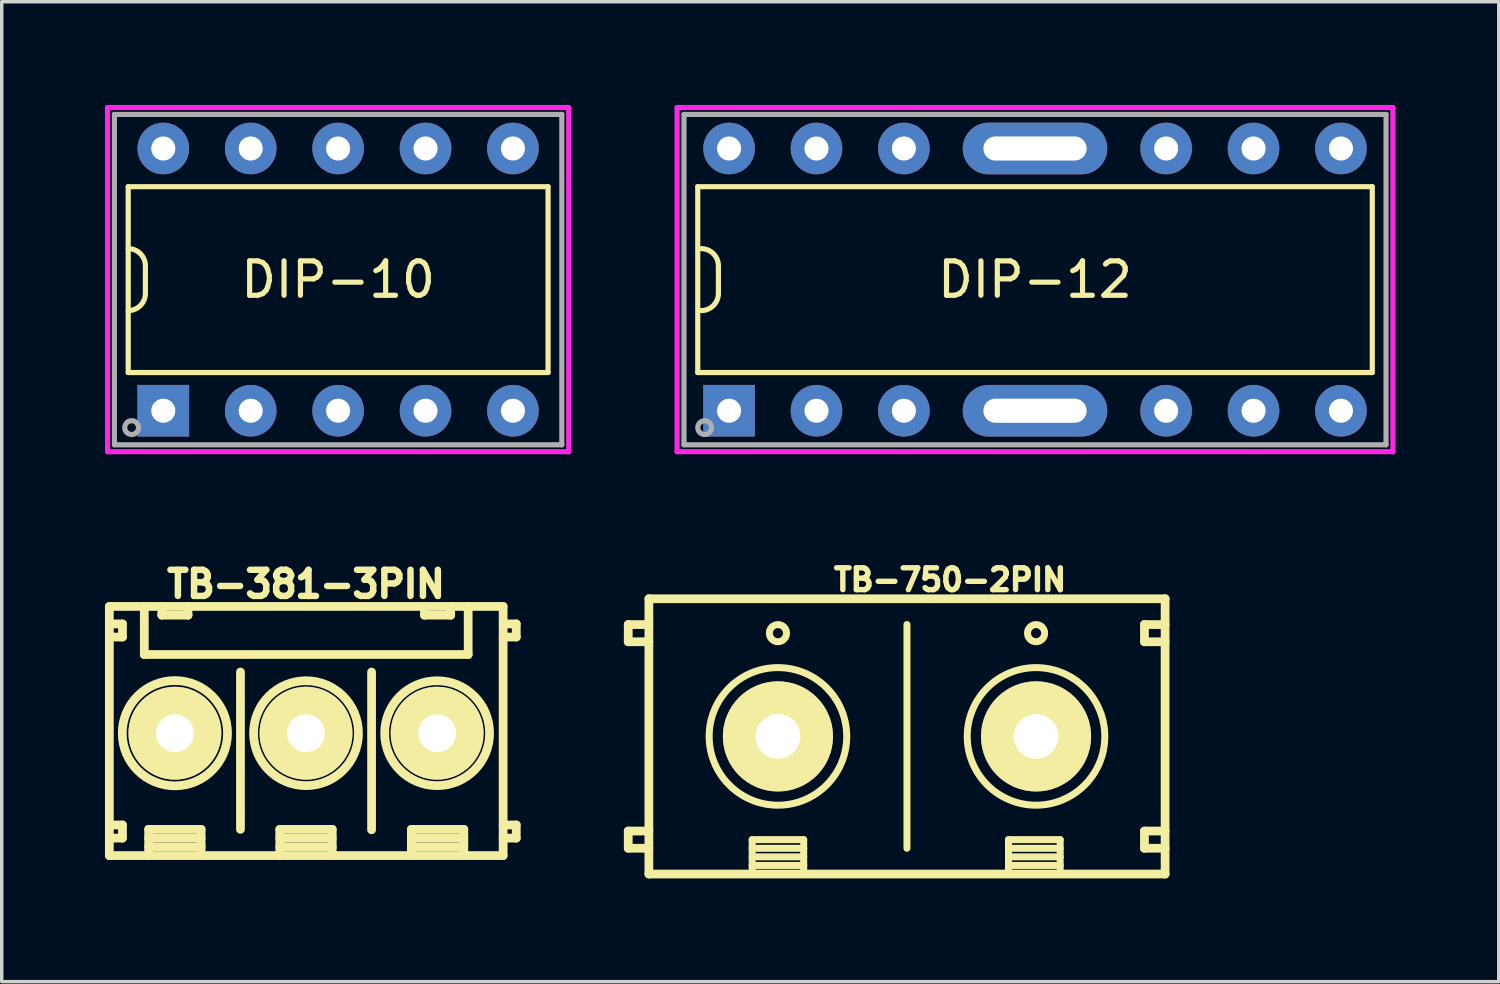
<source format=kicad_pcb>
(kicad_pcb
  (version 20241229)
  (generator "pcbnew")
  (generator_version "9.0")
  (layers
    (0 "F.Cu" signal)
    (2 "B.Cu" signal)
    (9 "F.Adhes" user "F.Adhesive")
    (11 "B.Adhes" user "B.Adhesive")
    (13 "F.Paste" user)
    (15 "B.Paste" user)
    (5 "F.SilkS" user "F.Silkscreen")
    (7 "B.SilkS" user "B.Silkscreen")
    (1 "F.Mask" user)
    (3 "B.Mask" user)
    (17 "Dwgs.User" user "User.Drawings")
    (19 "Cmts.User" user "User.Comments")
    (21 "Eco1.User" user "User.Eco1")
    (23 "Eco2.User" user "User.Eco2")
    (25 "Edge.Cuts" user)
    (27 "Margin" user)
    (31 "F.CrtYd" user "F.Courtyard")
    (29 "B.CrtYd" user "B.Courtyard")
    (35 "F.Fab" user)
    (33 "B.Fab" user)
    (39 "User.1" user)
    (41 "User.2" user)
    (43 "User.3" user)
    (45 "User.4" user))
  (footprint "DIP-12"
    (layer "F.Cu")
    (at 27.025 5.075)
    (property "Reference" "DIP-12" (at 0 0 0) (layer "F.SilkS") (effects (font (size 1 1) (thickness 0.15))))
    (attr through_hole)
    (fp_line (start -9.8 -2.7) (end 9.8 -2.7) (stroke (width 0.15) (type solid)) (layer "F.SilkS"))
    (fp_line (start -9.8 2.7) (end -9.8 -2.7) (stroke (width 0.15) (type solid)) (layer "F.SilkS"))
    (fp_line (start -9.2 -0.4) (end -9.2 0.4) (stroke (width 0.15) (type solid)) (layer "F.SilkS"))
    (fp_line (start 9.8 -2.7) (end 9.8 2.7) (stroke (width 0.15) (type solid)) (layer "F.SilkS"))
    (fp_line (start 9.8 2.7) (end -9.8 2.7) (stroke (width 0.15) (type solid)) (layer "F.SilkS"))
    (fp_arc (start -9.7 -0.9) (mid -9.346447 -0.753553) (end -9.2 -0.4) (stroke (width 0.15) (type solid)) (layer "F.SilkS"))
    (fp_arc (start -9.2 0.4) (mid -9.346447 0.753553) (end -9.7 0.9) (stroke (width 0.15) (type solid)) (layer "F.SilkS"))
    (fp_line (start -10.4 -5) (end 10.4 -5) (stroke (width 0.15) (type solid)) (layer "F.CrtYd"))
    (fp_line (start -10.4 5) (end -10.4 -5) (stroke (width 0.15) (type solid)) (layer "F.CrtYd"))
    (fp_line (start 10.4 -5) (end 10.4 5) (stroke (width 0.15) (type solid)) (layer "F.CrtYd"))
    (fp_line (start 10.4 5) (end -10.4 5) (stroke (width 0.15) (type solid)) (layer "F.CrtYd"))
    (fp_line (start -10.2 -4.8) (end 10.2 -4.8) (stroke (width 0.15) (type solid)) (layer "F.Fab"))
    (fp_line (start -10.2 4.8) (end -10.2 -4.8) (stroke (width 0.15) (type solid)) (layer "F.Fab"))
    (fp_line (start 10.2 -4.8) (end 10.2 4.8) (stroke (width 0.15) (type solid)) (layer "F.Fab"))
    (fp_line (start 10.2 4.8) (end -10.2 4.8) (stroke (width 0.15) (type solid)) (layer "F.Fab"))
    (fp_circle (center -9.6 4.3) (end -9.4 4.3) (stroke (width 0.15) (type solid)) (fill no) (layer "F.Fab"))
    (pad "1" thru_hole rect (at -8.89 3.81) (size 1.5 1.5) (drill 0.7) (layers "*.Cu" "*.Mask"))
    (pad "2" thru_hole circle (at -6.35 3.81) (size 1.5 1.5) (drill 0.7) (layers "*.Cu" "*.Mask"))
    (pad "3" thru_hole circle (at -3.81 3.81) (size 1.5 1.5) (drill 0.7) (layers "*.Cu" "*.Mask"))
    (pad "4" thru_hole circle (at 3.81 3.81) (size 1.5 1.5) (drill 0.7) (layers "*.Cu" "*.Mask"))
    (pad "5" thru_hole circle (at 6.35 3.81) (size 1.5 1.5) (drill 0.7) (layers "*.Cu" "*.Mask"))
    (pad "6" thru_hole circle (at 8.89 3.81) (size 1.5 1.5) (drill 0.7) (layers "*.Cu" "*.Mask"))
    (pad "7" thru_hole circle (at 8.89 -3.81) (size 1.5 1.5) (drill 0.7) (layers "*.Cu" "*.Mask"))
    (pad "8" thru_hole circle (at 6.35 -3.81) (size 1.5 1.5) (drill 0.7) (layers "*.Cu" "*.Mask"))
    (pad "9" thru_hole circle (at 3.81 -3.81) (size 1.5 1.5) (drill 0.7) (layers "*.Cu" "*.Mask"))
    (pad "10" thru_hole circle (at -3.81 -3.81) (size 1.5 1.5) (drill 0.7) (layers "*.Cu" "*.Mask"))
    (pad "11" thru_hole circle (at -6.35 -3.81) (size 1.5 1.5) (drill 0.7) (layers "*.Cu" "*.Mask"))
    (pad "12" thru_hole circle (at -8.89 -3.81) (size 1.5 1.5) (drill 0.7) (layers "*.Cu" "*.Mask"))
    (pad "TP" thru_hole oval (at 0 -3.81) (size 4.2 1.5) (drill oval 3 0.7) (layers "*.Cu" "*.Mask"))
    (pad "TP" thru_hole oval (at 0 3.81) (size 4.2 1.5) (drill oval 3 0.7) (layers "*.Cu" "*.Mask")))
  (footprint "DIP-10"
    (layer "F.Cu")
    (at 6.775 5.075)
    (property "Reference" "DIP-10" (at 0 0 0) (layer "F.SilkS") (effects (font (size 1 1) (thickness 0.15))))
    (attr through_hole)
    (fp_line (start -6.1 -2.7) (end 6.1 -2.7) (stroke (width 0.15) (type solid)) (layer "F.SilkS"))
    (fp_line (start -6.1 2.7) (end -6.1 -2.7) (stroke (width 0.15) (type solid)) (layer "F.SilkS"))
    (fp_line (start -5.6 -0.4) (end -5.6 0.4) (stroke (width 0.15) (type solid)) (layer "F.SilkS"))
    (fp_line (start 6.1 -2.7) (end 6.1 2.7) (stroke (width 0.15) (type solid)) (layer "F.SilkS"))
    (fp_line (start 6.1 2.7) (end -6.1 2.7) (stroke (width 0.15) (type solid)) (layer "F.SilkS"))
    (fp_arc (start -6.1 -0.9) (mid -5.746447 -0.753553) (end -5.6 -0.4) (stroke (width 0.15) (type solid)) (layer "F.SilkS"))
    (fp_arc (start -5.6 0.4) (mid -5.746447 0.753553) (end -6.1 0.9) (stroke (width 0.15) (type solid)) (layer "F.SilkS"))
    (fp_line (start -6.7 -5) (end 6.7 -5) (stroke (width 0.15) (type solid)) (layer "F.CrtYd"))
    (fp_line (start -6.7 5) (end -6.7 -5) (stroke (width 0.15) (type solid)) (layer "F.CrtYd"))
    (fp_line (start 6.7 -5) (end 6.7 5) (stroke (width 0.15) (type solid)) (layer "F.CrtYd"))
    (fp_line (start 6.7 5) (end -6.7 5) (stroke (width 0.15) (type solid)) (layer "F.CrtYd"))
    (fp_line (start -6.5 -4.8) (end 6.5 -4.8) (stroke (width 0.15) (type solid)) (layer "F.Fab"))
    (fp_line (start -6.5 4.8) (end -6.5 -4.8) (stroke (width 0.15) (type solid)) (layer "F.Fab"))
    (fp_line (start 6.5 -4.8) (end 6.5 4.8) (stroke (width 0.15) (type solid)) (layer "F.Fab"))
    (fp_line (start 6.5 4.8) (end -6.5 4.8) (stroke (width 0.15) (type solid)) (layer "F.Fab"))
    (fp_circle (center -6 4.3) (end -5.8 4.3) (stroke (width 0.15) (type solid)) (fill no) (layer "F.Fab"))
    (pad "1" thru_hole rect (at -5.08 3.81) (size 1.5 1.5) (drill 0.7) (layers "*.Cu" "*.Mask"))
    (pad "2" thru_hole circle (at -2.54 3.81) (size 1.5 1.5) (drill 0.7) (layers "*.Cu" "*.Mask"))
    (pad "3" thru_hole circle (at 0 3.81) (size 1.5 1.5) (drill 0.7) (layers "*.Cu" "*.Mask"))
    (pad "4" thru_hole circle (at 2.54 3.81) (size 1.5 1.5) (drill 0.7) (layers "*.Cu" "*.Mask"))
    (pad "5" thru_hole circle (at 5.08 3.81) (size 1.5 1.5) (drill 0.7) (layers "*.Cu" "*.Mask"))
    (pad "6" thru_hole circle (at 5.08 -3.81) (size 1.5 1.5) (drill 0.7) (layers "*.Cu" "*.Mask"))
    (pad "7" thru_hole circle (at 2.54 -3.81) (size 1.5 1.5) (drill 0.7) (layers "*.Cu" "*.Mask"))
    (pad "8" thru_hole circle (at 0 -3.81) (size 1.5 1.5) (drill 0.7) (layers "*.Cu" "*.Mask"))
    (pad "9" thru_hole circle (at -2.54 -3.81) (size 1.5 1.5) (drill 0.7) (layers "*.Cu" "*.Mask"))
    (pad "10" thru_hole circle (at -5.08 -3.81) (size 1.5 1.5) (drill 0.7) (layers "*.Cu" "*.Mask")))
  (footprint "TB-750-2PIN"
    (layer "F.Cu")
    (at 19.555 18.348)
    (property "Reference" "TB-750-2PIN" (at 5 -4.55 0) (layer "F.SilkS") (effects (font (size 0.635 0.635) (thickness 0.157))))
    (attr through_hole)
    (fp_line (start -4.35 -3.25) (end -4.35 -2.75) (stroke (width 0.254) (type solid)) (layer "F.SilkS"))
    (fp_line (start -4.35 -3.25) (end -3.75 -3.25) (stroke (width 0.254) (type solid)) (layer "F.SilkS"))
    (fp_line (start -4.35 2.75) (end -4.35 3.25) (stroke (width 0.254) (type solid)) (layer "F.SilkS"))
    (fp_line (start -4.35 2.75) (end -3.75 2.75) (stroke (width 0.254) (type solid)) (layer "F.SilkS"))
    (fp_line (start -3.75 -4) (end -3.75 4) (stroke (width 0.254) (type solid)) (layer "F.SilkS"))
    (fp_line (start -3.75 -4) (end 11.25 -4) (stroke (width 0.254) (type solid)) (layer "F.SilkS"))
    (fp_line (start -3.75 -2.75) (end -4.35 -2.75) (stroke (width 0.254) (type solid)) (layer "F.SilkS"))
    (fp_line (start -3.75 3.25) (end -4.35 3.25) (stroke (width 0.254) (type solid)) (layer "F.SilkS"))
    (fp_line (start -0.749 3) (end 0.749 3) (stroke (width 0.203) (type solid)) (layer "F.SilkS"))
    (fp_line (start -0.749 3.251) (end 0.749 3.251) (stroke (width 0.203) (type solid)) (layer "F.SilkS"))
    (fp_line (start -0.749 3.5) (end 0.749 3.5) (stroke (width 0.203) (type solid)) (layer "F.SilkS"))
    (fp_line (start -0.749 3.749) (end 0.749 3.749) (stroke (width 0.203) (type solid)) (layer "F.SilkS"))
    (fp_line (start -0.749 4) (end -0.749 3) (stroke (width 0.203) (type solid)) (layer "F.SilkS"))
    (fp_line (start 0.749 4) (end 0.749 3) (stroke (width 0.203) (type solid)) (layer "F.SilkS"))
    (fp_line (start 3.749 3.251) (end 3.749 -3.251) (stroke (width 0.203) (type solid)) (layer "F.SilkS"))
    (fp_line (start 6.699 3) (end 6.699 4) (stroke (width 0.203) (type solid)) (layer "F.SilkS"))
    (fp_line (start 6.699 3) (end 8.201 3) (stroke (width 0.203) (type solid)) (layer "F.SilkS"))
    (fp_line (start 6.699 3.251) (end 8.201 3.251) (stroke (width 0.203) (type solid)) (layer "F.SilkS"))
    (fp_line (start 6.699 3.5) (end 8.201 3.5) (stroke (width 0.203) (type solid)) (layer "F.SilkS"))
    (fp_line (start 6.699 3.749) (end 8.201 3.749) (stroke (width 0.203) (type solid)) (layer "F.SilkS"))
    (fp_line (start 8.201 3) (end 8.201 4) (stroke (width 0.203) (type solid)) (layer "F.SilkS"))
    (fp_line (start 10.65 -3.25) (end 10.65 -2.75) (stroke (width 0.254) (type solid)) (layer "F.SilkS"))
    (fp_line (start 10.65 -3.25) (end 11.25 -3.25) (stroke (width 0.254) (type solid)) (layer "F.SilkS"))
    (fp_line (start 10.65 2.75) (end 10.65 3.25) (stroke (width 0.254) (type solid)) (layer "F.SilkS"))
    (fp_line (start 10.65 2.75) (end 11.25 2.75) (stroke (width 0.254) (type solid)) (layer "F.SilkS"))
    (fp_line (start 11.25 -2.75) (end 10.65 -2.75) (stroke (width 0.254) (type solid)) (layer "F.SilkS"))
    (fp_line (start 11.25 3.25) (end 10.65 3.25) (stroke (width 0.254) (type solid)) (layer "F.SilkS"))
    (fp_line (start 11.25 4) (end -3.75 4) (stroke (width 0.254) (type solid)) (layer "F.SilkS"))
    (fp_line (start 11.25 4) (end 11.25 -4) (stroke (width 0.254) (type solid)) (layer "F.SilkS"))
    (fp_circle (center 0 -3) (end 0.249 -3) (stroke (width 0.203) (type solid)) (fill no) (layer "F.SilkS"))
    (fp_circle (center 0 0) (end 1.999 0) (stroke (width 0.203) (type solid)) (fill no) (layer "F.SilkS"))
    (fp_circle (center 7.499 0) (end 5.5 0) (stroke (width 0.203) (type solid)) (fill no) (layer "F.SilkS"))
    (fp_circle (center 7.501 -3) (end 7.75 -3) (stroke (width 0.203) (type solid)) (fill no) (layer "F.SilkS"))
    (pad "1" thru_hole circle (at 0 0) (size 3.2 3.2) (drill 1.3) (layers "*.Cu" "*.Mask" "F.SilkS"))
    (pad "2" thru_hole circle (at 7.5 0) (size 3.2 3.2) (drill 1.3) (layers "*.Cu" "*.Mask" "F.SilkS")))
  (footprint "TB-381-3PIN"
    (layer "F.Cu")
    (at 5.842 18.255)
    (property "Reference" "TB-381-3PIN" (at 0 -4.331 0) (layer "F.SilkS") (effects (font (size 0.759 0.759) (thickness 0.188))))
    (attr through_hole)
    (fp_line (start -5.715 -3.683) (end 5.728 -3.683) (stroke (width 0.254) (type solid)) (layer "F.SilkS"))
    (fp_line (start -5.715 -3.175) (end -5.334 -3.175) (stroke (width 0.254) (type solid)) (layer "F.SilkS"))
    (fp_line (start -5.715 2.667) (end -5.334 2.667) (stroke (width 0.254) (type solid)) (layer "F.SilkS"))
    (fp_line (start -5.715 3.556) (end -5.715 -3.683) (stroke (width 0.254) (type solid)) (layer "F.SilkS"))
    (fp_line (start -5.334 -3.175) (end -5.334 -2.794) (stroke (width 0.254) (type solid)) (layer "F.SilkS"))
    (fp_line (start -5.334 -2.794) (end -5.715 -2.794) (stroke (width 0.254) (type solid)) (layer "F.SilkS"))
    (fp_line (start -5.334 2.667) (end -5.334 3.048) (stroke (width 0.254) (type solid)) (layer "F.SilkS"))
    (fp_line (start -5.334 3.048) (end -5.715 3.048) (stroke (width 0.254) (type solid)) (layer "F.SilkS"))
    (fp_line (start -4.699 -3.683) (end -4.699 -2.286) (stroke (width 0.254) (type solid)) (layer "F.SilkS"))
    (fp_line (start -4.699 -2.286) (end 4.712 -2.286) (stroke (width 0.254) (type solid)) (layer "F.SilkS"))
    (fp_line (start -4.572 2.794) (end -3.048 2.794) (stroke (width 0.254) (type solid)) (layer "F.SilkS"))
    (fp_line (start -4.572 3.048) (end -3.048 3.048) (stroke (width 0.254) (type solid)) (layer "F.SilkS"))
    (fp_line (start -4.572 3.302) (end -3.048 3.302) (stroke (width 0.254) (type solid)) (layer "F.SilkS"))
    (fp_line (start -4.572 3.556) (end -4.572 2.794) (stroke (width 0.254) (type solid)) (layer "F.SilkS"))
    (fp_line (start -4.191 -3.429) (end -4.191 -3.683) (stroke (width 0.254) (type solid)) (layer "F.SilkS"))
    (fp_line (start -4.191 -3.429) (end -3.429 -3.429) (stroke (width 0.254) (type solid)) (layer "F.SilkS"))
    (fp_line (start -3.429 -3.429) (end -3.429 -3.683) (stroke (width 0.254) (type solid)) (layer "F.SilkS"))
    (fp_line (start -3.048 2.794) (end -3.048 3.556) (stroke (width 0.254) (type solid)) (layer "F.SilkS"))
    (fp_line (start -1.905 2.794) (end -1.905 -1.778) (stroke (width 0.254) (type solid)) (layer "F.SilkS"))
    (fp_line (start -0.762 2.794) (end 0.762 2.794) (stroke (width 0.254) (type solid)) (layer "F.SilkS"))
    (fp_line (start -0.762 3.048) (end 0.762 3.048) (stroke (width 0.254) (type solid)) (layer "F.SilkS"))
    (fp_line (start -0.762 3.302) (end 0.762 3.302) (stroke (width 0.254) (type solid)) (layer "F.SilkS"))
    (fp_line (start -0.762 3.556) (end -0.762 2.794) (stroke (width 0.254) (type solid)) (layer "F.SilkS"))
    (fp_line (start 0.762 2.794) (end 0.762 3.556) (stroke (width 0.254) (type solid)) (layer "F.SilkS"))
    (fp_line (start 1.905 -1.778) (end 1.905 2.807) (stroke (width 0.254) (type solid)) (layer "F.SilkS"))
    (fp_line (start 3.061 2.794) (end 4.585 2.794) (stroke (width 0.254) (type solid)) (layer "F.SilkS"))
    (fp_line (start 3.061 3.048) (end 4.585 3.048) (stroke (width 0.254) (type solid)) (layer "F.SilkS"))
    (fp_line (start 3.061 3.302) (end 4.585 3.302) (stroke (width 0.254) (type solid)) (layer "F.SilkS"))
    (fp_line (start 3.061 3.556) (end 3.061 2.794) (stroke (width 0.254) (type solid)) (layer "F.SilkS"))
    (fp_line (start 3.442 -3.429) (end 3.442 -3.683) (stroke (width 0.254) (type solid)) (layer "F.SilkS"))
    (fp_line (start 4.204 -3.429) (end 3.442 -3.429) (stroke (width 0.254) (type solid)) (layer "F.SilkS"))
    (fp_line (start 4.204 -3.429) (end 4.204 -3.683) (stroke (width 0.254) (type solid)) (layer "F.SilkS"))
    (fp_line (start 4.585 2.794) (end 4.585 3.556) (stroke (width 0.254) (type solid)) (layer "F.SilkS"))
    (fp_line (start 4.712 -2.286) (end 4.712 -3.683) (stroke (width 0.254) (type solid)) (layer "F.SilkS"))
    (fp_line (start 5.728 -3.683) (end 5.728 3.556) (stroke (width 0.254) (type solid)) (layer "F.SilkS"))
    (fp_line (start 5.728 -2.794) (end 6.109 -2.794) (stroke (width 0.254) (type solid)) (layer "F.SilkS"))
    (fp_line (start 5.728 2.667) (end 6.109 2.667) (stroke (width 0.254) (type solid)) (layer "F.SilkS"))
    (fp_line (start 5.728 3.556) (end -5.715 3.556) (stroke (width 0.254) (type solid)) (layer "F.SilkS"))
    (fp_line (start 6.109 -3.175) (end 5.728 -3.175) (stroke (width 0.254) (type solid)) (layer "F.SilkS"))
    (fp_line (start 6.109 -2.794) (end 6.109 -3.175) (stroke (width 0.254) (type solid)) (layer "F.SilkS"))
    (fp_line (start 6.109 2.667) (end 6.109 3.048) (stroke (width 0.254) (type solid)) (layer "F.SilkS"))
    (fp_line (start 6.109 3.048) (end 5.728 3.048) (stroke (width 0.254) (type solid)) (layer "F.SilkS"))
    (fp_circle (center -3.81 0) (end -2.286 -0.127) (stroke (width 0.254) (type solid)) (fill no) (layer "F.SilkS"))
    (fp_circle (center 0 0) (end -1.524 0) (stroke (width 0.254) (type solid)) (fill no) (layer "F.SilkS"))
    (fp_circle (center 3.81 0) (end 2.286 0) (stroke (width 0.254) (type solid)) (fill no) (layer "F.SilkS"))
    (pad "1" thru_hole circle (at -3.81 0) (size 2.7 2.7) (drill 1.1) (layers "*.Cu" "*.Mask" "F.SilkS"))
    (pad "2" thru_hole circle (at 0 0) (size 2.7 2.7) (drill 1.1) (layers "*.Cu" "*.Mask" "F.SilkS"))
    (pad "3" thru_hole circle (at 3.81 0) (size 2.7 2.7) (drill 1.1) (layers "*.Cu" "*.Mask" "F.SilkS")))
  (gr_rect
    (start -3 -3)
    (end 40.5 25.475)
    (stroke (width 0.1) (type default))
    (fill no)
    (layer "Edge.Cuts")))
</source>
